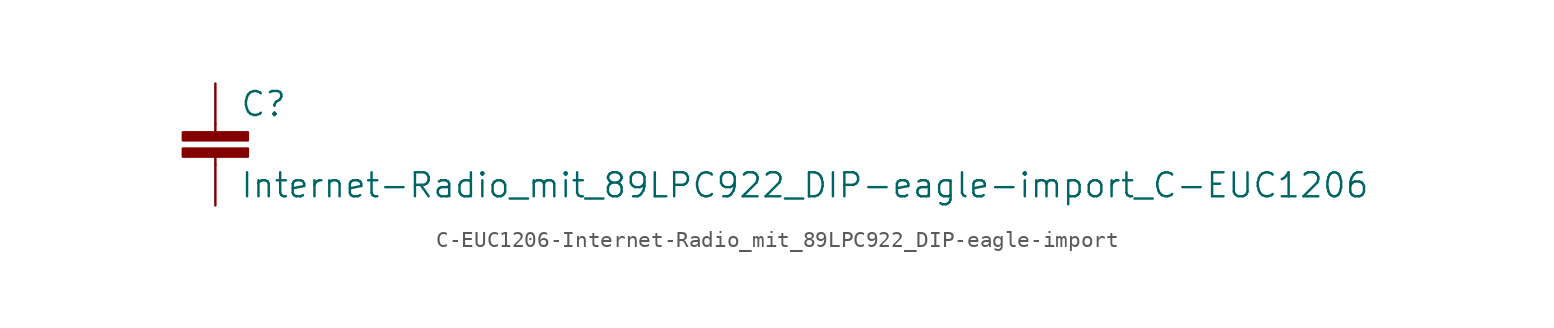
<source format=kicad_sym>
(kicad_symbol_lib
  (version 20220914)
  (generator kicad_symbol_editor)
  (symbol "C-EUC1206-Internet-Radio_mit_89LPC922_DIP-eagle-import"
    (pin_names
      (offset 1.016))
    (property "Reference" "C"
      (at 1.524 0.381 0)
      (effects (font (size 1.499 1.499)) (justify left bottom)))
    (property "Value" "Internet-Radio_mit_89LPC922_DIP-eagle-import_C-EUC1206"
      (at 1.524 -4.699 0)
      (effects (font (size 1.499 1.499)) (justify left bottom)))
    (property "ki_locked" ""
      (at 0 0 0)
      (effects (font (size 1.27 1.27))))
    (symbol "C-EUC1206-Internet-Radio_mit_89LPC922_DIP-eagle-import_1_0"
      (rectangle (start -2.032 -2.032) (end 2.032 -1.524) (stroke (width 0) (type solid)) (fill (type outline)))
      (rectangle (start -2.032 -1.016) (end 2.032 -0.508) (stroke (width 0) (type solid)) (fill (type outline)))
      (polyline (pts (xy 0 -2.54) (xy 0 -2.032)) (stroke (width 0) (type solid)) (fill (type none)))
      (polyline (pts (xy 0 0) (xy 0 -0.508)) (stroke (width 0) (type solid)) (fill (type none)))
      (pin passive line (at 0 2.54 270) (length 2.54) (name "1" (effects (font (size 0 0)))) (number "1" (effects (font (size 0 0)))))
      (pin passive line (at 0 -5.08 90) (length 2.54) (name "2" (effects (font (size 0 0)))) (number "2" (effects (font (size 0 0))))))))
</source>
